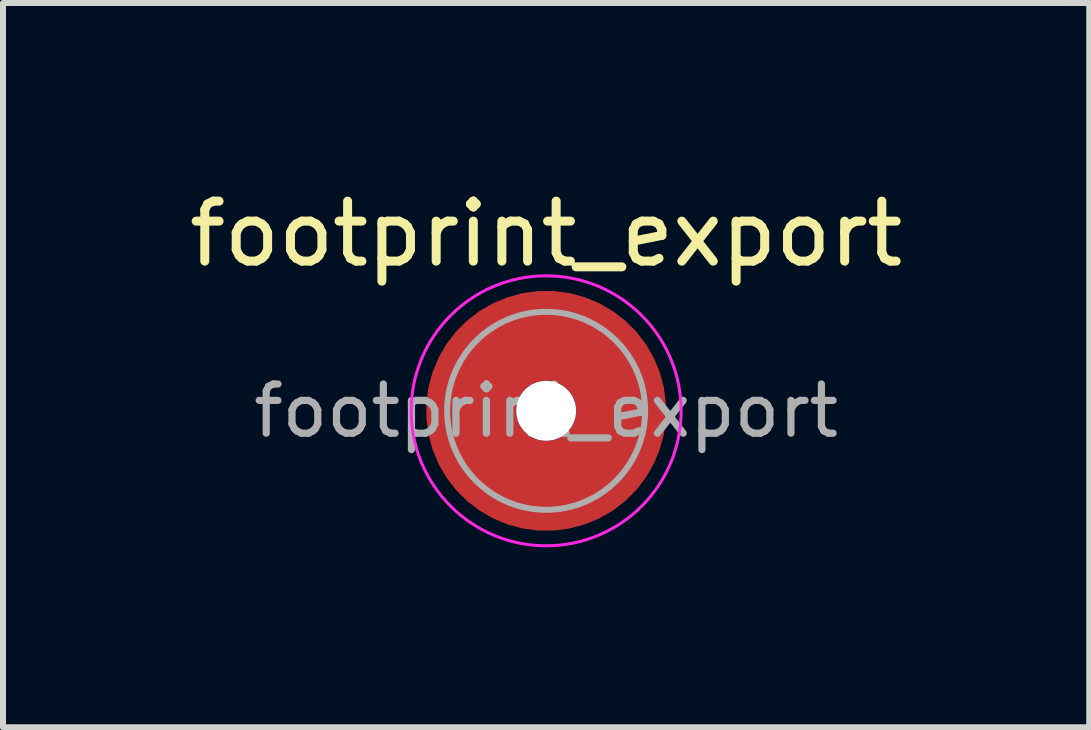
<source format=kicad_pcb>
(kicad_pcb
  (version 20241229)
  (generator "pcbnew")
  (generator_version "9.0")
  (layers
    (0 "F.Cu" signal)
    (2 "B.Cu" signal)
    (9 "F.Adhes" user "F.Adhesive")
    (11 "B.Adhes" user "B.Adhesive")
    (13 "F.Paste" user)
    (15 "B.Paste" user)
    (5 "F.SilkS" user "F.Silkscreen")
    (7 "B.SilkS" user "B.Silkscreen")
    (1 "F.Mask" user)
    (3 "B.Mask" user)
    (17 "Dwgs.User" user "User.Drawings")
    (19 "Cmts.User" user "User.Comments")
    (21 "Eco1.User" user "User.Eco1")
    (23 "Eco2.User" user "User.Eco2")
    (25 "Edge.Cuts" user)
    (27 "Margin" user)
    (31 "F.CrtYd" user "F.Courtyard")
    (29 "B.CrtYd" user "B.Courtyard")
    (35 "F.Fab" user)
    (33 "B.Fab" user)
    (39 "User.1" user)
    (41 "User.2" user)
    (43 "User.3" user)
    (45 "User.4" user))
  (footprint "footprint_export"
    (layer "F.Cu")
    (at 6.054 3.798)
    (property "Reference" "footprint_export" (at 0 -2.95 0) (layer "F.SilkS") (effects (font (size 1 1) (thickness 0.15))))
    (attr smd)
    (fp_circle (center 0 0) (end 2.25 0) (stroke (width 0.05) (type solid)) (fill no) (layer "F.CrtYd"))
    (fp_circle (center 0 0) (end 1.65 0) (stroke (width 0.1) (type solid)) (fill no) (layer "F.Fab"))
    (fp_text user "${REFERENCE}" (at 0 0 0) (layer "F.Fab") (effects (font (size 0.82 0.82) (thickness 0.12))))
    (pad "" smd custom (at 0 -1.25) (size 0.9 0.9) (layers "F.Paste") (options (anchor circle)) (primitives (gr_arc (start -0.259808 0.6) (mid -0.00045 0.55) (end 0.258972 0.599667) (width 0.2)) (gr_arc (start -0.466369 0.6) (mid -0.000127 0.45) (end 0.466163 0.599852) (width 0.2)) (gr_arc (start -0.622495 0.6) (mid -0.000185 0.35) (end 0.622228 0.599745) (width 0.2)) (gr_arc (start -0.759934 0.6) (mid -0.000146 0.25) (end 0.759744 0.599777) (width 0.2)) (gr_arc (start -0.887412 0.6) (mid -0.000546 0.15) (end 0.886766 0.599119) (width 0.2)) (gr_arc (start -1.008712 0.6) (mid -0.000059 0.05) (end 1.008648 0.5999) (width 0.2)) (gr_arc (start -1.125833 0.6) (mid -0.001134 -0.049999) (end 1.124697 0.598036) (width 0.2)) (gr_arc (start -1.23996 0.6) (mid -0.00088 -0.15) (end 1.239142 0.598442) (width 0.2)) (gr_arc (start -1.351851 0.6) (mid -0.000542 -0.25) (end 1.351381 0.599023) (width 0.2)) (gr_arc (start -1.462019 0.6) (mid -0.000852 -0.35) (end 1.461326 0.598443) (width 0.2)) (gr_arc (start -1.570828 0.6) (mid -0.000608 -0.45) (end 1.570363 0.598876) (width 0.2)) (gr_arc (start -1.678541 0.6) (mid -0.000991 -0.55) (end 1.677824 0.598152) (width 0.2)) (gr_line (start 0.26 0.6) (end 1.679 0.6) (width 0.2)) (gr_line (start -0.26 0.6) (end -1.679 0.6) (width 0.2))))
    (pad "" np_thru_hole circle (at 0 0) (size 1 1) (drill 1) (layers "*.Cu" "*.Mask"))
    (pad "" smd custom (at 0 1.25) (size 0.9 0.9) (layers "F.Paste") (options (anchor circle)) (primitives (gr_arc (start 0.259808 -0.6) (mid 0.00045 -0.55) (end -0.258972 -0.599667) (width 0.2)) (gr_arc (start 0.466369 -0.6) (mid 0.000127 -0.45) (end -0.466163 -0.599852) (width 0.2)) (gr_arc (start 0.622495 -0.6) (mid 0.000185 -0.35) (end -0.622228 -0.599745) (width 0.2)) (gr_arc (start 0.759934 -0.6) (mid 0.000146 -0.25) (end -0.759744 -0.599777) (width 0.2)) (gr_arc (start 0.887412 -0.6) (mid 0.000546 -0.15) (end -0.886766 -0.599119) (width 0.2)) (gr_arc (start 1.008712 -0.6) (mid 0.000059 -0.05) (end -1.008648 -0.5999) (width 0.2)) (gr_arc (start 1.125833 -0.6) (mid 0.001134 0.049999) (end -1.124697 -0.598036) (width 0.2)) (gr_arc (start 1.23996 -0.6) (mid 0.00088 0.15) (end -1.239142 -0.598442) (width 0.2)) (gr_arc (start 1.351851 -0.6) (mid 0.000542 0.25) (end -1.351381 -0.599023) (width 0.2)) (gr_arc (start 1.462019 -0.6) (mid 0.000852 0.35) (end -1.461326 -0.598443) (width 0.2)) (gr_arc (start 1.570828 -0.6) (mid 0.000608 0.45) (end -1.570363 -0.598876) (width 0.2)) (gr_arc (start 1.678541 -0.6) (mid 0.000991 0.55) (end -1.677824 -0.598152) (width 0.2)) (gr_line (start -0.26 -0.6) (end -1.679 -0.6) (width 0.2)) (gr_line (start 0.26 -0.6) (end 1.679 -0.6) (width 0.2))))
    (pad "1" smd circle (at -1.25 0) (size 1.1 1.1) (layers "F.Cu"))
    (pad "1" smd circle (at 0 -1.25) (size 1.1 1.1) (layers "F.Cu"))
    (pad "1" smd circle (at 0 1.25) (size 1.1 1.1) (layers "F.Cu"))
    (pad "1" smd custom (at 1.25 0) (size 1.1 1.1) (layers "F.Cu" "F.Mask") (options (anchor circle)) (primitives (gr_circle (center -1.25 0) (end 0 0) (width 1.5) (fill no)))))
  (gr_rect
    (start -3 -3)
    (end 15.107 9.073)
    (stroke (width 0.1) (type default))
    (fill no)
    (layer "Edge.Cuts")))
</source>
